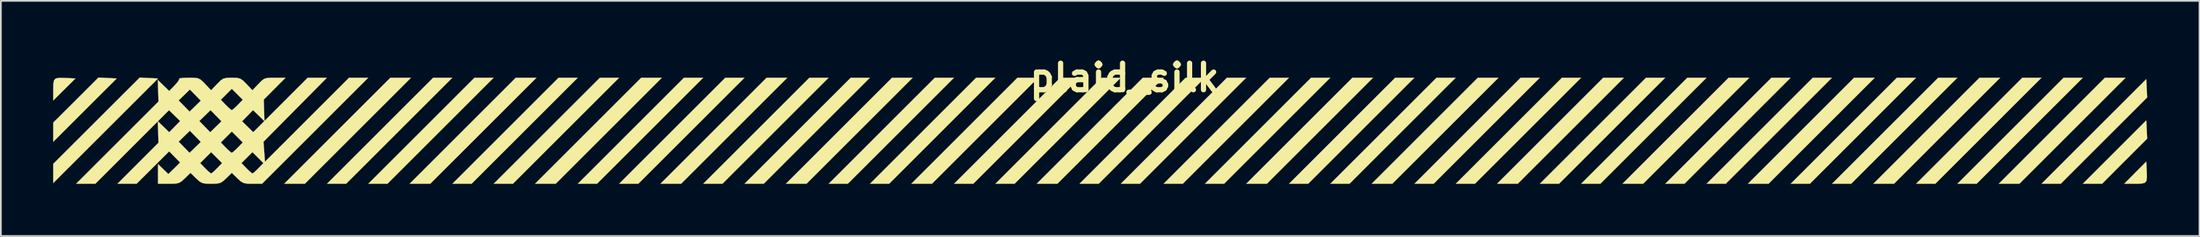
<source format=kicad_pcb>
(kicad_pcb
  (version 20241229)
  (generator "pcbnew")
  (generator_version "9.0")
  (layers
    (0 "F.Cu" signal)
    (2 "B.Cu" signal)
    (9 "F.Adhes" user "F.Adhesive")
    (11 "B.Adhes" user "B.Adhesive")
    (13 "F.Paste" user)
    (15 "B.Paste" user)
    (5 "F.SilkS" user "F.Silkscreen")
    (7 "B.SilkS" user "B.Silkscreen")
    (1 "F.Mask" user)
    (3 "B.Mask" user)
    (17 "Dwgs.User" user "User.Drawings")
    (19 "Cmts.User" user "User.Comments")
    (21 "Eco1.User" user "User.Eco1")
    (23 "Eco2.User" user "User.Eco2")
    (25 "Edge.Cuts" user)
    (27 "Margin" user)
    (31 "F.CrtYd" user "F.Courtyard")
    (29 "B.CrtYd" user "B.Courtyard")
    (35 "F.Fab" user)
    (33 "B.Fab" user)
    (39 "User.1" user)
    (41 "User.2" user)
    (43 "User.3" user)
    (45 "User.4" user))
  (footprint "plaid_silk"
    (layer "F.Cu")
    (at 61.473 1.418)
    (property "Reference" "plaid_silk" (at 0 0 0) (layer "F.SilkS") (effects (font (size 1.524 1.524) (thickness 0.3))))
    (attr through_hole)
    (fp_poly (pts (xy -47.031 6.096) (xy -48.217 6.096) (xy -42.123 0) (xy -40.937 0) (xy -47.031 6.096)) (stroke (width 0.01) (type solid)) (fill yes) (layer "F.SilkS"))
    (fp_poly (pts (xy -44.661 6.096) (xy -45.761 6.096) (xy -39.667 0) (xy -38.567 0) (xy -44.661 6.096)) (stroke (width 0.01) (type solid)) (fill yes) (layer "F.SilkS"))
    (fp_poly (pts (xy -27.897 6.096) (xy -28.997 6.096) (xy -22.903 0) (xy -21.803 0) (xy -27.897 6.096)) (stroke (width 0.01) (type solid)) (fill yes) (layer "F.SilkS"))
    (fp_poly (pts (xy -25.441 6.096) (xy -26.627 6.096) (xy -20.533 0) (xy -19.347 0) (xy -25.441 6.096)) (stroke (width 0.01) (type solid)) (fill yes) (layer "F.SilkS"))
    (fp_poly (pts (xy -23.071 6.096) (xy -24.171 6.096) (xy -18.077 0) (xy -16.977 0) (xy -23.071 6.096)) (stroke (width 0.01) (type solid)) (fill yes) (layer "F.SilkS"))
    (fp_poly (pts (xy -6.307 6.096) (xy -7.407 6.096) (xy -1.313 0) (xy -0.213 0) (xy -6.307 6.096)) (stroke (width 0.01) (type solid)) (fill yes) (layer "F.SilkS"))
    (fp_poly (pts (xy -3.851 6.096) (xy -5.037 6.096) (xy 1.057 0) (xy 2.243 0) (xy -3.851 6.096)) (stroke (width 0.01) (type solid)) (fill yes) (layer "F.SilkS"))
    (fp_poly (pts (xy -1.481 6.096) (xy -2.581 6.096) (xy 3.513 0) (xy 4.613 0) (xy -1.481 6.096)) (stroke (width 0.01) (type solid)) (fill yes) (layer "F.SilkS"))
    (fp_poly (pts (xy 3.345 6.096) (xy 2.245 6.096) (xy 8.339 0) (xy 9.439 0) (xy 3.345 6.096)) (stroke (width 0.01) (type solid)) (fill yes) (layer "F.SilkS"))
    (fp_poly (pts (xy 20.109 6.096) (xy 19.009 6.096) (xy 25.103 0) (xy 26.203 0) (xy 20.109 6.096)) (stroke (width 0.01) (type solid)) (fill yes) (layer "F.SilkS"))
    (fp_poly (pts (xy 22.565 6.096) (xy 21.379 6.096) (xy 27.473 0) (xy 28.659 0) (xy 22.565 6.096)) (stroke (width 0.01) (type solid)) (fill yes) (layer "F.SilkS"))
    (fp_poly (pts (xy 24.935 6.096) (xy 23.835 6.096) (xy 29.929 0) (xy 31.029 0) (xy 24.935 6.096)) (stroke (width 0.01) (type solid)) (fill yes) (layer "F.SilkS"))
    (fp_poly (pts (xy 41.699 6.096) (xy 40.599 6.096) (xy 46.693 0) (xy 47.793 0) (xy 41.699 6.096)) (stroke (width 0.01) (type solid)) (fill yes) (layer "F.SilkS"))
    (fp_poly (pts (xy 44.155 6.096) (xy 42.969 6.096) (xy 49.063 0) (xy 50.249 0) (xy 44.155 6.096)) (stroke (width 0.01) (type solid)) (fill yes) (layer "F.SilkS"))
    (fp_poly (pts (xy 46.525 6.096) (xy 45.425 6.096) (xy 51.519 0) (xy 52.619 0) (xy 46.525 6.096)) (stroke (width 0.01) (type solid)) (fill yes) (layer "F.SilkS"))
    (fp_poly (pts (xy -39.835 6.096) (xy -41.02 6.096) (xy -37.973 3.048) (xy -34.926 0) (xy -33.741 0) (xy -39.835 6.096)) (stroke (width 0.01) (type solid)) (fill yes) (layer "F.SilkS"))
    (fp_poly (pts (xy -39.243 3.048) (xy -42.29 6.096) (xy -43.391 6.096) (xy -37.297 0) (xy -36.196 0) (xy -39.243 3.048)) (stroke (width 0.01) (type solid)) (fill yes) (layer "F.SilkS"))
    (fp_poly (pts (xy -35.093 6.096) (xy -36.194 6.096) (xy -33.147 3.048) (xy -30.1 0) (xy -28.999 0) (xy -35.093 6.096)) (stroke (width 0.01) (type solid)) (fill yes) (layer "F.SilkS"))
    (fp_poly (pts (xy -34.417 3.048) (xy -37.464 6.096) (xy -38.565 6.096) (xy -32.471 0) (xy -31.37 0) (xy -34.417 3.048)) (stroke (width 0.01) (type solid)) (fill yes) (layer "F.SilkS"))
    (fp_poly (pts (xy -30.267 6.096) (xy -31.368 6.096) (xy -28.321 3.048) (xy -25.274 0) (xy -24.173 0) (xy -30.267 6.096)) (stroke (width 0.01) (type solid)) (fill yes) (layer "F.SilkS"))
    (fp_poly (pts (xy -29.591 3.048) (xy -32.638 6.096) (xy -33.823 6.096) (xy -27.729 0) (xy -26.544 0) (xy -29.591 3.048)) (stroke (width 0.01) (type solid)) (fill yes) (layer "F.SilkS"))
    (fp_poly (pts (xy -18.245 6.096) (xy -19.43 6.096) (xy -16.383 3.048) (xy -13.336 0) (xy -12.151 0) (xy -18.245 6.096)) (stroke (width 0.01) (type solid)) (fill yes) (layer "F.SilkS"))
    (fp_poly (pts (xy -17.653 3.048) (xy -20.7 6.096) (xy -21.801 6.096) (xy -15.707 0) (xy -14.606 0) (xy -17.653 3.048)) (stroke (width 0.01) (type solid)) (fill yes) (layer "F.SilkS"))
    (fp_poly (pts (xy -13.503 6.096) (xy -14.604 6.096) (xy -11.557 3.048) (xy -8.51 0) (xy -7.409 0) (xy -13.503 6.096)) (stroke (width 0.01) (type solid)) (fill yes) (layer "F.SilkS"))
    (fp_poly (pts (xy -12.827 3.048) (xy -15.874 6.096) (xy -16.975 6.096) (xy -10.881 0) (xy -9.78 0) (xy -12.827 3.048)) (stroke (width 0.01) (type solid)) (fill yes) (layer "F.SilkS"))
    (fp_poly (pts (xy -8.677 6.096) (xy -9.778 6.096) (xy -6.731 3.048) (xy -3.684 0) (xy -2.583 0) (xy -8.677 6.096)) (stroke (width 0.01) (type solid)) (fill yes) (layer "F.SilkS"))
    (fp_poly (pts (xy -8.001 3.048) (xy -11.048 6.096) (xy -12.233 6.096) (xy -6.139 0) (xy -4.954 0) (xy -8.001 3.048)) (stroke (width 0.01) (type solid)) (fill yes) (layer "F.SilkS"))
    (fp_poly (pts (xy 3.937 3.048) (xy 0.89 6.096) (xy -0.211 6.096) (xy 5.883 0) (xy 6.984 0) (xy 3.937 3.048)) (stroke (width 0.01) (type solid)) (fill yes) (layer "F.SilkS"))
    (fp_poly (pts (xy 8.171 6.096) (xy 6.986 6.096) (xy 10.033 3.048) (xy 13.08 0) (xy 14.265 0) (xy 8.171 6.096)) (stroke (width 0.01) (type solid)) (fill yes) (layer "F.SilkS"))
    (fp_poly (pts (xy 8.763 3.048) (xy 5.716 6.096) (xy 4.615 6.096) (xy 10.709 0) (xy 11.81 0) (xy 8.763 3.048)) (stroke (width 0.01) (type solid)) (fill yes) (layer "F.SilkS"))
    (fp_poly (pts (xy 12.913 6.096) (xy 11.812 6.096) (xy 14.859 3.048) (xy 17.906 0) (xy 19.007 0) (xy 12.913 6.096)) (stroke (width 0.01) (type solid)) (fill yes) (layer "F.SilkS"))
    (fp_poly (pts (xy 13.589 3.048) (xy 10.542 6.096) (xy 9.441 6.096) (xy 15.535 0) (xy 16.636 0) (xy 13.589 3.048)) (stroke (width 0.01) (type solid)) (fill yes) (layer "F.SilkS"))
    (fp_poly (pts (xy 17.739 6.096) (xy 16.638 6.096) (xy 19.685 3.048) (xy 22.732 0) (xy 23.833 0) (xy 17.739 6.096)) (stroke (width 0.01) (type solid)) (fill yes) (layer "F.SilkS"))
    (fp_poly (pts (xy 18.415 3.048) (xy 15.368 6.096) (xy 14.183 6.096) (xy 20.277 0) (xy 21.462 0) (xy 18.415 3.048)) (stroke (width 0.01) (type solid)) (fill yes) (layer "F.SilkS"))
    (fp_poly (pts (xy 29.761 6.096) (xy 28.576 6.096) (xy 31.623 3.048) (xy 34.67 0) (xy 35.855 0) (xy 29.761 6.096)) (stroke (width 0.01) (type solid)) (fill yes) (layer "F.SilkS"))
    (fp_poly (pts (xy 30.353 3.048) (xy 27.306 6.096) (xy 26.205 6.096) (xy 32.299 0) (xy 33.4 0) (xy 30.353 3.048)) (stroke (width 0.01) (type solid)) (fill yes) (layer "F.SilkS"))
    (fp_poly (pts (xy 34.503 6.096) (xy 33.402 6.096) (xy 36.449 3.048) (xy 39.496 0) (xy 40.597 0) (xy 34.503 6.096)) (stroke (width 0.01) (type solid)) (fill yes) (layer "F.SilkS"))
    (fp_poly (pts (xy 35.179 3.048) (xy 32.132 6.096) (xy 31.031 6.096) (xy 37.125 0) (xy 38.226 0) (xy 35.179 3.048)) (stroke (width 0.01) (type solid)) (fill yes) (layer "F.SilkS"))
    (fp_poly (pts (xy 39.329 6.096) (xy 38.228 6.096) (xy 41.275 3.048) (xy 44.322 0) (xy 45.423 0) (xy 39.329 6.096)) (stroke (width 0.01) (type solid)) (fill yes) (layer "F.SilkS"))
    (fp_poly (pts (xy 40.005 3.048) (xy 36.958 6.096) (xy 35.773 6.096) (xy 41.867 0) (xy 43.052 0) (xy 40.005 3.048)) (stroke (width 0.01) (type solid)) (fill yes) (layer "F.SilkS"))
    (fp_poly (pts (xy 51.351 6.096) (xy 50.166 6.096) (xy 53.213 3.048) (xy 56.26 0) (xy 57.445 0) (xy 51.351 6.096)) (stroke (width 0.01) (type solid)) (fill yes) (layer "F.SilkS"))
    (fp_poly (pts (xy 51.943 3.048) (xy 48.896 6.096) (xy 47.795 6.096) (xy 53.889 0) (xy 54.99 0) (xy 51.943 3.048)) (stroke (width 0.01) (type solid)) (fill yes) (layer "F.SilkS"))
    (fp_poly (pts (xy 58.683 3.503) (xy 57.388 4.799) (xy 56.094 6.096) (xy 54.992 6.096) (xy 58.632 2.453) (xy 58.683 3.503)) (stroke (width 0.01) (type solid)) (fill yes) (layer "F.SilkS"))
    (fp_poly (pts (xy -57.825 0.042) (xy -59.646 1.862) (xy -61.468 3.682) (xy -61.468 2.58) (xy -60.171 1.286) (xy -58.875 -0.009) (xy -57.825 0.042)) (stroke (width 0.01) (type solid)) (fill yes) (layer "F.SilkS"))
    (fp_poly (pts (xy -55.98 0.017) (xy -55.455 0.042) (xy -58.461 3.048) (xy -61.468 6.053) (xy -61.468 4.952) (xy -58.987 2.472) (xy -56.505 -0.009) (xy -55.98 0.017)) (stroke (width 0.01) (type solid)) (fill yes) (layer "F.SilkS"))
    (fp_poly (pts (xy 58.657 0.608) (xy 58.683 1.133) (xy 56.202 3.615) (xy 53.722 6.096) (xy 52.621 6.096) (xy 55.626 3.089) (xy 58.632 0.083) (xy 58.657 0.608)) (stroke (width 0.01) (type solid)) (fill yes) (layer "F.SilkS"))
    (fp_poly (pts (xy -60.779 0.014) (xy -60.715 0.017) (xy -60.192 0.042) (xy -61.468 1.308) (xy -61.468 0.694) (xy -61.462 0.355) (xy -61.423 0.147) (xy -61.318 0.04) (xy -61.114 0.006) (xy -60.779 0.014)) (stroke (width 0.01) (type solid)) (fill yes) (layer "F.SilkS"))
    (fp_poly (pts (xy 58.657 5.343) (xy 58.669 5.701) (xy 58.643 5.923) (xy 58.549 6.04) (xy 58.358 6.087) (xy 58.04 6.096) (xy 57.98 6.096) (xy 57.366 6.096) (xy 57.999 5.458) (xy 58.632 4.82) (xy 58.657 5.343)) (stroke (width 0.01) (type solid)) (fill yes) (layer "F.SilkS"))
    (fp_poly (pts (xy -49.388 1.259) (xy -49.35 2.488) (xy -48.428 1.565) (xy -46.865 0) (xy -45.764 0) (xy -47.584 1.841) (xy -49.405 3.683) (xy -49.318 4.829) (xy -44.493 0) (xy -43.393 0) (xy -49.487 6.096) (xy -50.034 6.096) (xy -50.34 6.089) (xy -50.542 6.053) (xy -50.702 5.964) (xy -50.885 5.799) (xy -50.902 5.782) (xy -51.223 5.469) (xy -51.544 5.782) (xy -51.733 5.955) (xy -51.894 6.049) (xy -52.091 6.088) (xy -52.389 6.096) (xy -52.409 6.096) (xy -52.714 6.089) (xy -52.915 6.052) (xy -53.076 5.961) (xy -53.261 5.794) (xy -53.273 5.782) (xy -53.594 5.469) (xy -53.915 5.782) (xy -54.092 5.946) (xy -54.241 6.039) (xy -54.419 6.083) (xy -54.685 6.095) (xy -54.846 6.096) (xy -55.457 6.096) (xy -55.457 4.962) (xy -55.16 5.25) (xy -54.863 5.537) (xy -54.525 5.207) (xy -54.219 4.907) (xy -53.038 4.907) (xy -52.749 5.205) (xy -52.572 5.378) (xy -52.443 5.486) (xy -52.409 5.503) (xy -52.325 5.448) (xy -52.169 5.306) (xy -52.068 5.205) (xy -51.78 4.907) (xy -50.667 4.907) (xy -50.378 5.205) (xy -50.201 5.378) (xy -50.072 5.486) (xy -50.038 5.503) (xy -49.954 5.448) (xy -49.798 5.306) (xy -49.698 5.205) (xy -49.409 4.907) (xy -49.724 4.593) (xy -50.038 4.278) (xy -50.667 4.907) (xy -51.78 4.907) (xy -52.409 4.278) (xy -53.038 4.907) (xy -54.219 4.907) (xy -54.186 4.876) (xy -54.816 4.231) (xy -56.687 6.096) (xy -57.783 6.096) (xy -55.429 3.738) (xy -55.431 3.675) (xy -54.272 3.675) (xy -53.958 3.997) (xy -53.644 4.318) (xy -53.322 4.004) (xy -53.033 3.722) (xy -51.852 3.722) (xy -51.564 4.02) (xy -51.386 4.193) (xy -51.258 4.3) (xy -51.223 4.318) (xy -51.14 4.262) (xy -50.984 4.121) (xy -50.883 4.02) (xy -50.594 3.722) (xy -51.223 3.093) (xy -51.852 3.722) (xy -53.033 3.722) (xy -53.001 3.691) (xy -53.315 3.369) (xy -53.629 3.048) (xy -54.272 3.675) (xy -55.431 3.675) (xy -55.468 2.508) (xy -56.94 3.981) (xy -59.054 6.096) (xy -60.155 6.096) (xy -57.792 3.732) (xy -56.563 2.503) (xy -55.463 2.503) (xy -54.814 3.133) (xy -54.5 2.812) (xy -54.186 2.49) (xy -53.086 2.49) (xy -52.772 2.812) (xy -52.459 3.133) (xy -52.137 2.819) (xy -51.816 2.505) (xy -50.631 2.505) (xy -50.311 2.818) (xy -49.991 3.13) (xy -49.355 2.493) (xy -49.676 2.18) (xy -50.003 1.862) (xy -50.631 2.505) (xy -51.816 2.505) (xy -52.443 1.862) (xy -52.765 2.176) (xy -53.086 2.49) (xy -54.186 2.49) (xy -54.506 2.178) (xy -54.826 1.866) (xy -55.463 2.503) (xy -56.563 2.503) (xy -55.429 1.368) (xy -55.431 1.305) (xy -54.272 1.305) (xy -53.958 1.626) (xy -53.644 1.948) (xy -53.322 1.634) (xy -53.001 1.32) (xy -53.053 1.267) (xy -51.852 1.267) (xy -51.564 1.565) (xy -51.386 1.738) (xy -51.258 1.845) (xy -51.223 1.863) (xy -51.14 1.807) (xy -50.984 1.665) (xy -50.883 1.565) (xy -50.594 1.267) (xy -51.223 0.638) (xy -51.852 1.267) (xy -53.053 1.267) (xy -53.315 0.998) (xy -53.629 0.677) (xy -54.272 1.305) (xy -55.431 1.305) (xy -55.449 0.748) (xy -55.468 0.127) (xy -55.141 0.445) (xy -54.814 0.762) (xy -54.499 0.439) (xy -54.333 0.25) (xy -54.244 0.108) (xy -54.241 0.058) (xy -54.194 0.03) (xy -54.014 0.009) (xy -53.739 0.000146) (xy -53.696 0) (xy -53.379 0.004) (xy -53.173 0.03) (xy -53.022 0.101) (xy -52.867 0.239) (xy -52.75 0.36) (xy -52.409 0.72) (xy -52.067 0.36) (xy -51.863 0.157) (xy -51.7 0.05) (xy -51.506 0.007) (xy -51.223 0) (xy -50.933 0.008) (xy -50.741 0.052) (xy -50.578 0.162) (xy -50.38 0.36) (xy -50.038 0.72) (xy -49.696 0.36) (xy -49.513 0.174) (xy -49.367 0.066) (xy -49.202 0.016) (xy -48.959 0.001) (xy -48.746 0) (xy -48.137 0) (xy -49.388 1.259)) (stroke (width 0.01) (type solid)) (fill yes) (layer "F.SilkS")))
  (gr_rect
    (start -3 -3)
    (end 123.161 10.519)
    (stroke (width 0.1) (type default))
    (fill no)
    (layer "Edge.Cuts")))
</source>
